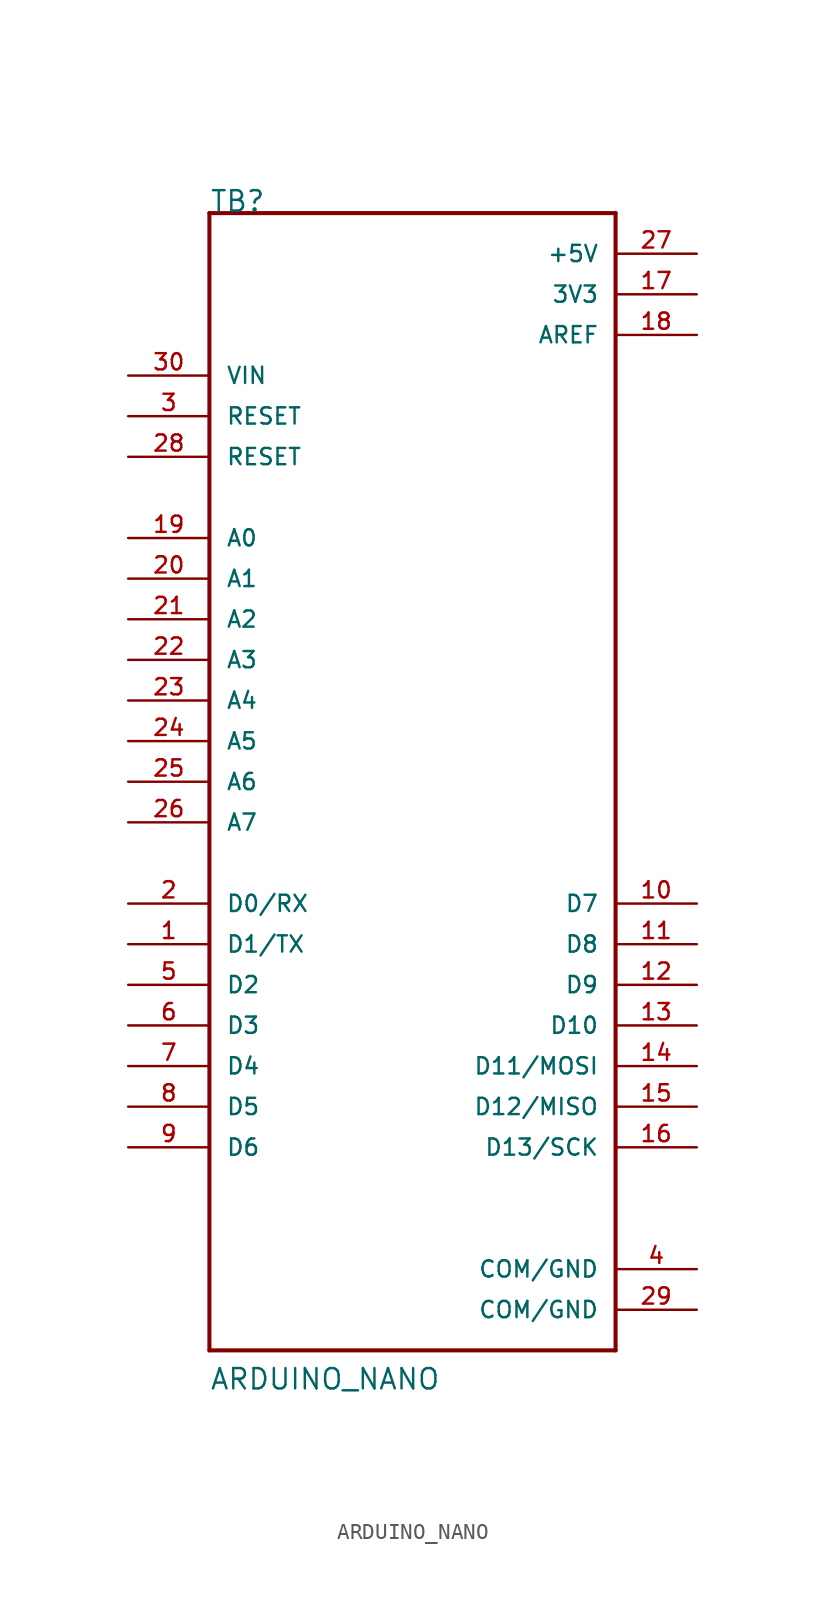
<source format=kicad_sym>
(kicad_symbol_lib
  (version 20231120)
  (generator "kicad_symbol_editor")
  (generator_version "8.0")
  (symbol "ARDUINO_NANO"
    (pin_names
      (offset 1.016))
    (property "Reference" "TB"
      (at -12.7 35.56 0)
      (effects (font (size 1.27 1.27)) (justify left bottom)))
    (property "Value" "ARDUINO_NANO"
      (at -12.7 -38.1 0)
      (effects (font (size 1.27 1.27)) (justify left bottom)))
    (property "ki_locked" ""
      (at 0 0 0)
      (effects (font (size 1.27 1.27))))
    (symbol "ARDUINO_NANO_0_0"
      (polyline (pts (xy -12.7 -35.56) (xy 12.7 -35.56)) (stroke (width 0.254) (type solid)) (fill (type none)))
      (polyline (pts (xy -12.7 35.56) (xy -12.7 -35.56)) (stroke (width 0.254) (type solid)) (fill (type none)))
      (polyline (pts (xy 12.7 -35.56) (xy 12.7 35.56)) (stroke (width 0.254) (type solid)) (fill (type none)))
      (polyline (pts (xy 12.7 35.56) (xy -12.7 35.56)) (stroke (width 0.254) (type solid)) (fill (type none)))
      (pin bidirectional line (at -17.78 -10.16 0) (length 5.08) (name "D1/TX" (effects (font (size 1.016 1.016)))) (number "1" (effects (font (size 1.016 1.016)))))
      (pin bidirectional line (at 17.78 -7.62 180) (length 5.08) (name "D7" (effects (font (size 1.016 1.016)))) (number "10" (effects (font (size 1.016 1.016)))))
      (pin bidirectional line (at 17.78 -10.16 180) (length 5.08) (name "D8" (effects (font (size 1.016 1.016)))) (number "11" (effects (font (size 1.016 1.016)))))
      (pin bidirectional line (at 17.78 -12.7 180) (length 5.08) (name "D9" (effects (font (size 1.016 1.016)))) (number "12" (effects (font (size 1.016 1.016)))))
      (pin bidirectional line (at 17.78 -15.24 180) (length 5.08) (name "D10" (effects (font (size 1.016 1.016)))) (number "13" (effects (font (size 1.016 1.016)))))
      (pin bidirectional line (at 17.78 -17.78 180) (length 5.08) (name "D11/MOSI" (effects (font (size 1.016 1.016)))) (number "14" (effects (font (size 1.016 1.016)))))
      (pin bidirectional line (at 17.78 -20.32 180) (length 5.08) (name "D12/MISO" (effects (font (size 1.016 1.016)))) (number "15" (effects (font (size 1.016 1.016)))))
      (pin bidirectional line (at 17.78 -22.86 180) (length 5.08) (name "D13/SCK" (effects (font (size 1.016 1.016)))) (number "16" (effects (font (size 1.016 1.016)))))
      (pin power_in line (at 17.78 30.48 180) (length 5.08) (name "3V3" (effects (font (size 1.016 1.016)))) (number "17" (effects (font (size 1.016 1.016)))))
      (pin power_in line (at 17.78 27.94 180) (length 5.08) (name "AREF" (effects (font (size 1.016 1.016)))) (number "18" (effects (font (size 1.016 1.016)))))
      (pin input line (at -17.78 15.24 0) (length 5.08) (name "A0" (effects (font (size 1.016 1.016)))) (number "19" (effects (font (size 1.016 1.016)))))
      (pin bidirectional line (at -17.78 -7.62 0) (length 5.08) (name "D0/RX" (effects (font (size 1.016 1.016)))) (number "2" (effects (font (size 1.016 1.016)))))
      (pin input line (at -17.78 12.7 0) (length 5.08) (name "A1" (effects (font (size 1.016 1.016)))) (number "20" (effects (font (size 1.016 1.016)))))
      (pin input line (at -17.78 10.16 0) (length 5.08) (name "A2" (effects (font (size 1.016 1.016)))) (number "21" (effects (font (size 1.016 1.016)))))
      (pin input line (at -17.78 7.62 0) (length 5.08) (name "A3" (effects (font (size 1.016 1.016)))) (number "22" (effects (font (size 1.016 1.016)))))
      (pin input line (at -17.78 5.08 0) (length 5.08) (name "A4" (effects (font (size 1.016 1.016)))) (number "23" (effects (font (size 1.016 1.016)))))
      (pin input line (at -17.78 2.54 0) (length 5.08) (name "A5" (effects (font (size 1.016 1.016)))) (number "24" (effects (font (size 1.016 1.016)))))
      (pin input line (at -17.78 0 0) (length 5.08) (name "A6" (effects (font (size 1.016 1.016)))) (number "25" (effects (font (size 1.016 1.016)))))
      (pin input line (at -17.78 -2.54 0) (length 5.08) (name "A7" (effects (font (size 1.016 1.016)))) (number "26" (effects (font (size 1.016 1.016)))))
      (pin power_in line (at 17.78 33.02 180) (length 5.08) (name "+5V" (effects (font (size 1.016 1.016)))) (number "27" (effects (font (size 1.016 1.016)))))
      (pin input line (at -17.78 20.32 0) (length 5.08) (name "RESET" (effects (font (size 1.016 1.016)))) (number "28" (effects (font (size 1.016 1.016)))))
      (pin power_in line (at 17.78 -33.02 180) (length 5.08) (name "COM/GND" (effects (font (size 1.016 1.016)))) (number "29" (effects (font (size 1.016 1.016)))))
      (pin input line (at -17.78 22.86 0) (length 5.08) (name "RESET" (effects (font (size 1.016 1.016)))) (number "3" (effects (font (size 1.016 1.016)))))
      (pin input line (at -17.78 25.4 0) (length 5.08) (name "VIN" (effects (font (size 1.016 1.016)))) (number "30" (effects (font (size 1.016 1.016)))))
      (pin power_in line (at 17.78 -30.48 180) (length 5.08) (name "COM/GND" (effects (font (size 1.016 1.016)))) (number "4" (effects (font (size 1.016 1.016)))))
      (pin bidirectional line (at -17.78 -12.7 0) (length 5.08) (name "D2" (effects (font (size 1.016 1.016)))) (number "5" (effects (font (size 1.016 1.016)))))
      (pin bidirectional line (at -17.78 -15.24 0) (length 5.08) (name "D3" (effects (font (size 1.016 1.016)))) (number "6" (effects (font (size 1.016 1.016)))))
      (pin bidirectional line (at -17.78 -17.78 0) (length 5.08) (name "D4" (effects (font (size 1.016 1.016)))) (number "7" (effects (font (size 1.016 1.016)))))
      (pin bidirectional line (at -17.78 -20.32 0) (length 5.08) (name "D5" (effects (font (size 1.016 1.016)))) (number "8" (effects (font (size 1.016 1.016)))))
      (pin bidirectional line (at -17.78 -22.86 0) (length 5.08) (name "D6" (effects (font (size 1.016 1.016)))) (number "9" (effects (font (size 1.016 1.016))))))))
</source>
